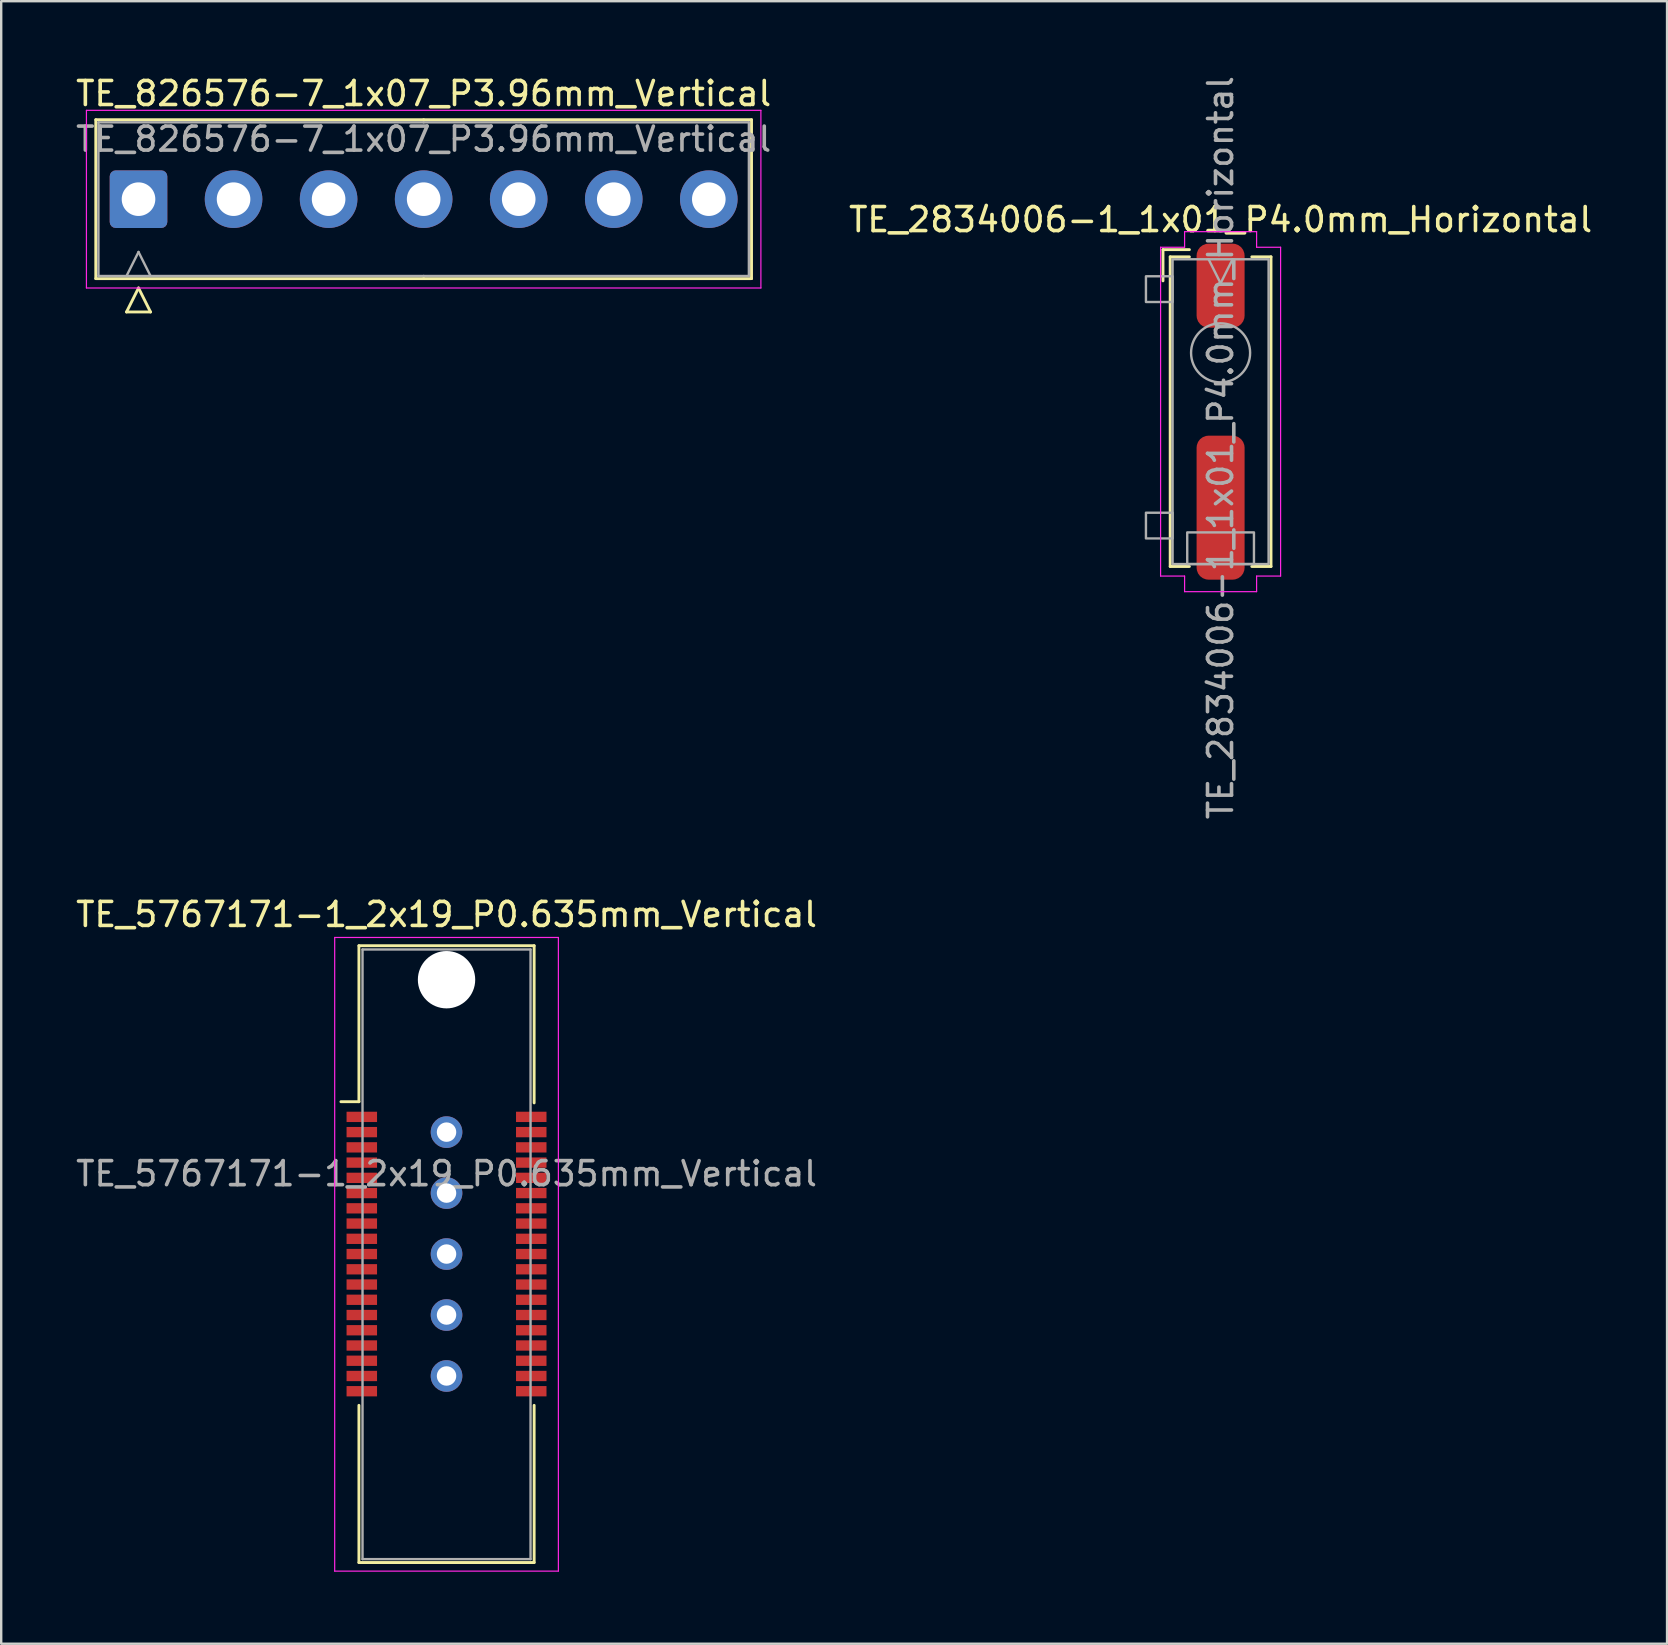
<source format=kicad_pcb>
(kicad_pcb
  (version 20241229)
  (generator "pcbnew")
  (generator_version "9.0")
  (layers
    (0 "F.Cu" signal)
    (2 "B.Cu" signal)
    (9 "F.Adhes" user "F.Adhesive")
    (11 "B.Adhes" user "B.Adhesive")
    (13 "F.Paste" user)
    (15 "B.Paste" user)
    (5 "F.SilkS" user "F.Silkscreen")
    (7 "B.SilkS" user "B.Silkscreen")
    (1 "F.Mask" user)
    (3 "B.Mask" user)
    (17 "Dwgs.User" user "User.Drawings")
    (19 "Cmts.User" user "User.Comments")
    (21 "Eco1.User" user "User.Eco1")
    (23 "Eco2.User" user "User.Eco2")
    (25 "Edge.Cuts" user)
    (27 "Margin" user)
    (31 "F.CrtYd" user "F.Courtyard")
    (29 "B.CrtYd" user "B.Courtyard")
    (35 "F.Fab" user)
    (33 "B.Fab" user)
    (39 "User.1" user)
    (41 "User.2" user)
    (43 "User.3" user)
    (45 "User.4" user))
  (footprint "TE_2834006-1_1x01_P4.0mm_Horizontal"
    (layer "F.Cu")
    (at 47.804 14.101)
    (property "Reference" "TE_2834006-1_1x01_P4.0mm_Horizontal" (at 0 -8 0) (unlocked yes) (layer "F.SilkS") (effects (font (size 1 1) (thickness 0.15))))
    (attr smd)
    (fp_line (start -2.4 -6.75) (end -2.4 -5.45) (stroke (width 0.12) (type solid)) (layer "F.SilkS"))
    (fp_line (start -2.1 -6.45) (end -1.3 -6.45) (stroke (width 0.12) (type solid)) (layer "F.SilkS"))
    (fp_line (start -2.1 6.45) (end -2.1 -6.45) (stroke (width 0.12) (type solid)) (layer "F.SilkS"))
    (fp_line (start -2.1 6.45) (end -1.3 6.45) (stroke (width 0.12) (type solid)) (layer "F.SilkS"))
    (fp_line (start -1.3 -6.75) (end -2.4 -6.75) (stroke (width 0.12) (type solid)) (layer "F.SilkS"))
    (fp_line (start 2.1 -6.45) (end 1.3 -6.45) (stroke (width 0.12) (type solid)) (layer "F.SilkS"))
    (fp_line (start 2.1 -6.45) (end 2.1 6.45) (stroke (width 0.12) (type solid)) (layer "F.SilkS"))
    (fp_line (start 2.1 6.45) (end 1.3 6.45) (stroke (width 0.12) (type solid)) (layer "F.SilkS"))
    (fp_line (start -2.5 -6.85) (end -2.5 6.85) (stroke (width 0.05) (type solid)) (layer "F.CrtYd"))
    (fp_line (start -2.5 -6.85) (end -1.5 -6.85) (stroke (width 0.05) (type solid)) (layer "F.CrtYd"))
    (fp_line (start -1.5 -7.5) (end 1.5 -7.5) (stroke (width 0.05) (type solid)) (layer "F.CrtYd"))
    (fp_line (start -1.5 -6.85) (end -1.5 -7.5) (stroke (width 0.05) (type solid)) (layer "F.CrtYd"))
    (fp_line (start -1.5 6.85) (end -2.5 6.85) (stroke (width 0.05) (type solid)) (layer "F.CrtYd"))
    (fp_line (start -1.5 7.5) (end -1.5 6.85) (stroke (width 0.05) (type solid)) (layer "F.CrtYd"))
    (fp_line (start 1.5 -7.5) (end 1.5 -6.85) (stroke (width 0.05) (type solid)) (layer "F.CrtYd"))
    (fp_line (start 1.5 -6.85) (end 2.5 -6.85) (stroke (width 0.05) (type solid)) (layer "F.CrtYd"))
    (fp_line (start 1.5 6.85) (end 1.5 7.5) (stroke (width 0.05) (type solid)) (layer "F.CrtYd"))
    (fp_line (start 1.5 7.5) (end -1.5 7.5) (stroke (width 0.05) (type solid)) (layer "F.CrtYd"))
    (fp_line (start 2.5 -6.85) (end 2.5 6.85) (stroke (width 0.05) (type solid)) (layer "F.CrtYd"))
    (fp_line (start 2.5 6.85) (end 1.5 6.85) (stroke (width 0.05) (type solid)) (layer "F.CrtYd"))
    (fp_line (start 0 -5.35) (end -0.5 -6.35) (stroke (width 0.1) (type solid)) (layer "F.Fab"))
    (fp_line (start 0.5 -6.35) (end 0 -5.35) (stroke (width 0.1) (type solid)) (layer "F.Fab"))
    (fp_rect (start -3.11 -5.64) (end -2 -4.569) (stroke (width 0.1) (type solid)) (fill no) (layer "F.Fab"))
    (fp_rect (start -3.11 4.21) (end -2 5.282) (stroke (width 0.1) (type solid)) (fill no) (layer "F.Fab"))
    (fp_rect (start -2 -6.35) (end 2 6.35) (stroke (width 0.1) (type solid)) (fill no) (layer "F.Fab"))
    (fp_rect (start -1.39 5.03) (end 1.39 6.35) (stroke (width 0.1) (type solid)) (fill no) (layer "F.Fab"))
    (fp_circle (center 0 -2.45) (end 1.23 -2.45) (stroke (width 0.1) (type solid)) (fill no) (layer "F.Fab"))
    (fp_text user "${REFERENCE}" (at 0 1.5 90) (unlocked yes) (layer "F.Fab") (effects (font (size 1 1) (thickness 0.15))))
    (pad "1" smd roundrect (at 0 -5.25) (size 2 3.5) (layers "F.Cu" "F.Mask" "F.Paste") (roundrect_rratio 0.25))
    (pad "1" smd roundrect (at 0 4) (size 2 6) (layers "F.Cu" "F.Mask" "F.Paste") (roundrect_rratio 0.25)))
  (footprint "TE_826576-7_1x07_P3.96mm_Vertical"
    (layer "F.Cu")
    (at 2.721 5.248)
    (property "Reference" "TE_826576-7_1x07_P3.96mm_Vertical" (at 11.88 -4.4 0) (layer "F.SilkS") (effects (font (size 1 1) (thickness 0.15))))
    (attr through_hole)
    (fp_line (start -1.78 -3.31) (end -1.78 3.31) (stroke (width 0.12) (type solid)) (layer "F.SilkS"))
    (fp_line (start -1.78 3.31) (end 11.88 3.31) (stroke (width 0.12) (type solid)) (layer "F.SilkS"))
    (fp_line (start -0.5 4.7) (end 0 3.7) (stroke (width 0.12) (type solid)) (layer "F.SilkS"))
    (fp_line (start 0 3.7) (end 0.5 4.7) (stroke (width 0.12) (type solid)) (layer "F.SilkS"))
    (fp_line (start 0.5 4.7) (end -0.5 4.7) (stroke (width 0.12) (type solid)) (layer "F.SilkS"))
    (fp_line (start 11.88 -3.31) (end -1.78 -3.31) (stroke (width 0.12) (type solid)) (layer "F.SilkS"))
    (fp_line (start 11.88 -3.31) (end 25.54 -3.31) (stroke (width 0.12) (type solid)) (layer "F.SilkS"))
    (fp_line (start 25.54 -3.31) (end 25.54 3.31) (stroke (width 0.12) (type solid)) (layer "F.SilkS"))
    (fp_line (start 25.54 3.31) (end 11.88 3.31) (stroke (width 0.12) (type solid)) (layer "F.SilkS"))
    (fp_line (start -2.17 -3.7) (end -2.17 3.7) (stroke (width 0.05) (type solid)) (layer "F.CrtYd"))
    (fp_line (start -2.17 3.7) (end 25.93 3.7) (stroke (width 0.05) (type solid)) (layer "F.CrtYd"))
    (fp_line (start 25.93 -3.7) (end -2.17 -3.7) (stroke (width 0.05) (type solid)) (layer "F.CrtYd"))
    (fp_line (start 25.93 3.7) (end 25.93 -3.7) (stroke (width 0.05) (type solid)) (layer "F.CrtYd"))
    (fp_line (start -1.67 -3.2) (end -1.67 3.2) (stroke (width 0.1) (type solid)) (layer "F.Fab"))
    (fp_line (start -1.67 3.2) (end 11.88 3.2) (stroke (width 0.1) (type solid)) (layer "F.Fab"))
    (fp_line (start -0.5 3.2) (end 0 2.2) (stroke (width 0.1) (type solid)) (layer "F.Fab"))
    (fp_line (start 0 2.2) (end 0.5 3.2) (stroke (width 0.1) (type solid)) (layer "F.Fab"))
    (fp_line (start 11.88 -3.2) (end -1.67 -3.2) (stroke (width 0.1) (type solid)) (layer "F.Fab"))
    (fp_line (start 11.88 -3.2) (end 25.43 -3.2) (stroke (width 0.1) (type solid)) (layer "F.Fab"))
    (fp_line (start 25.43 -3.2) (end 25.43 3.2) (stroke (width 0.1) (type solid)) (layer "F.Fab"))
    (fp_line (start 25.43 3.2) (end 11.88 3.2) (stroke (width 0.1) (type solid)) (layer "F.Fab"))
    (fp_text user "${REFERENCE}" (at 11.88 -2.5 0) (layer "F.Fab") (effects (font (size 1 1) (thickness 0.15))))
    (pad "1" thru_hole roundrect (at 0 0) (size 2.4 2.4) (drill 1.4) (layers "*.Cu" "*.Mask") (roundrect_rratio 0.104))
    (pad "2" thru_hole circle (at 3.96 0) (size 2.4 2.4) (drill 1.4) (layers "*.Cu" "*.Mask"))
    (pad "3" thru_hole circle (at 7.92 0) (size 2.4 2.4) (drill 1.4) (layers "*.Cu" "*.Mask"))
    (pad "4" thru_hole circle (at 11.88 0) (size 2.4 2.4) (drill 1.4) (layers "*.Cu" "*.Mask"))
    (pad "5" thru_hole circle (at 15.84 0) (size 2.4 2.4) (drill 1.4) (layers "*.Cu" "*.Mask"))
    (pad "6" thru_hole circle (at 19.8 0) (size 2.4 2.4) (drill 1.4) (layers "*.Cu" "*.Mask"))
    (pad "7" thru_hole circle (at 23.76 0) (size 2.4 2.4) (drill 1.4) (layers "*.Cu" "*.Mask")))
  (footprint "TE_5767171-1_2x19_P0.635mm_Vertical"
    (layer "F.Cu")
    (at 15.554 49.208)
    (property "Reference" "TE_5767171-1_2x19_P0.635mm_Vertical" (at 0 -14.158 0) (layer "F.SilkS") (effects (font (size 1 1) (thickness 0.15))))
    (attr smd)
    (fp_line (start -3.65 -12.857) (end 3.65 -12.857) (stroke (width 0.12) (type solid)) (layer "F.SilkS"))
    (fp_line (start -3.65 -6.357) (end -4.4 -6.357) (stroke (width 0.12) (type solid)) (layer "F.SilkS"))
    (fp_line (start -3.65 -6.357) (end -3.65 -12.857) (stroke (width 0.12) (type solid)) (layer "F.SilkS"))
    (fp_line (start -3.65 12.842) (end -3.65 6.293) (stroke (width 0.12) (type solid)) (layer "F.SilkS"))
    (fp_line (start 3.65 -12.857) (end 3.65 -6.308) (stroke (width 0.12) (type solid)) (layer "F.SilkS"))
    (fp_line (start 3.65 6.293) (end 3.65 12.842) (stroke (width 0.12) (type solid)) (layer "F.SilkS"))
    (fp_line (start 3.65 12.842) (end -3.65 12.842) (stroke (width 0.12) (type solid)) (layer "F.SilkS"))
    (fp_line (start -4.66 -13.2) (end 4.66 -13.2) (stroke (width 0.05) (type solid)) (layer "F.CrtYd"))
    (fp_line (start -4.66 13.2) (end -4.66 -13.2) (stroke (width 0.05) (type solid)) (layer "F.CrtYd"))
    (fp_line (start 4.66 -13.2) (end 4.66 13.2) (stroke (width 0.05) (type solid)) (layer "F.CrtYd"))
    (fp_line (start 4.66 13.2) (end -4.66 13.2) (stroke (width 0.05) (type solid)) (layer "F.CrtYd"))
    (fp_line (start -3.5 -12.7) (end 3.5 -12.7) (stroke (width 0.1) (type solid)) (layer "F.Fab"))
    (fp_line (start -3.5 12.7) (end -3.5 -12.7) (stroke (width 0.1) (type solid)) (layer "F.Fab"))
    (fp_line (start -3.5 12.7) (end 3.5 12.7) (stroke (width 0.1) (type solid)) (layer "F.Fab"))
    (fp_line (start 3.5 -12.7) (end 3.5 12.7) (stroke (width 0.1) (type solid)) (layer "F.Fab"))
    (fp_text user "${REFERENCE}" (at 0 -3.357 0) (layer "F.Fab") (effects (font (size 1 1) (thickness 0.15))))
    (pad "" np_thru_hole circle (at 0 -11.44 90) (size 2.39 2.39) (drill 2.39) (layers "*.Cu" "*.Mask"))
    (pad "1" smd rect (at -3.53 -5.725 180) (size 1.27 0.43) (layers "F.Cu" "F.Mask" "F.Paste"))
    (pad "2" smd rect (at 3.53 -5.725 180) (size 1.27 0.43) (layers "F.Cu" "F.Mask" "F.Paste"))
    (pad "3" smd rect (at -3.53 -5.09 180) (size 1.27 0.43) (layers "F.Cu" "F.Mask" "F.Paste"))
    (pad "4" smd rect (at 3.53 -5.09 180) (size 1.27 0.43) (layers "F.Cu" "F.Mask" "F.Paste"))
    (pad "5" smd rect (at -3.53 -4.455 180) (size 1.27 0.43) (layers "F.Cu" "F.Mask" "F.Paste"))
    (pad "6" smd rect (at 3.53 -4.455 180) (size 1.27 0.43) (layers "F.Cu" "F.Mask" "F.Paste"))
    (pad "7" smd rect (at -3.53 -3.82 180) (size 1.27 0.43) (layers "F.Cu" "F.Mask" "F.Paste"))
    (pad "8" smd rect (at 3.53 -3.82 180) (size 1.27 0.43) (layers "F.Cu" "F.Mask" "F.Paste"))
    (pad "9" smd rect (at -3.53 -3.185 180) (size 1.27 0.43) (layers "F.Cu" "F.Mask" "F.Paste"))
    (pad "10" smd rect (at 3.53 -3.185 180) (size 1.27 0.43) (layers "F.Cu" "F.Mask" "F.Paste"))
    (pad "11" smd rect (at -3.53 -2.55 180) (size 1.27 0.43) (layers "F.Cu" "F.Mask" "F.Paste"))
    (pad "12" smd rect (at 3.53 -2.55 180) (size 1.27 0.43) (layers "F.Cu" "F.Mask" "F.Paste"))
    (pad "13" smd rect (at -3.53 -1.915 180) (size 1.27 0.43) (layers "F.Cu" "F.Mask" "F.Paste"))
    (pad "14" smd rect (at 3.53 -1.915 180) (size 1.27 0.43) (layers "F.Cu" "F.Mask" "F.Paste"))
    (pad "15" smd rect (at -3.53 -1.28 180) (size 1.27 0.43) (layers "F.Cu" "F.Mask" "F.Paste"))
    (pad "16" smd rect (at 3.53 -1.28 180) (size 1.27 0.43) (layers "F.Cu" "F.Mask" "F.Paste"))
    (pad "17" smd rect (at -3.53 -0.645 180) (size 1.27 0.43) (layers "F.Cu" "F.Mask" "F.Paste"))
    (pad "18" smd rect (at 3.53 -0.645 180) (size 1.27 0.43) (layers "F.Cu" "F.Mask" "F.Paste"))
    (pad "19" smd rect (at -3.53 -0.01 180) (size 1.27 0.43) (layers "F.Cu" "F.Mask" "F.Paste"))
    (pad "20" smd rect (at 3.53 -0.01 180) (size 1.27 0.43) (layers "F.Cu" "F.Mask" "F.Paste"))
    (pad "21" smd rect (at -3.53 0.625 180) (size 1.27 0.43) (layers "F.Cu" "F.Mask" "F.Paste"))
    (pad "22" smd rect (at 3.53 0.625 180) (size 1.27 0.43) (layers "F.Cu" "F.Mask" "F.Paste"))
    (pad "23" smd rect (at -3.53 1.26 180) (size 1.27 0.43) (layers "F.Cu" "F.Mask" "F.Paste"))
    (pad "24" smd rect (at 3.53 1.26 180) (size 1.27 0.43) (layers "F.Cu" "F.Mask" "F.Paste"))
    (pad "25" smd rect (at -3.53 1.895 180) (size 1.27 0.43) (layers "F.Cu" "F.Mask" "F.Paste"))
    (pad "26" smd rect (at 3.53 1.895 180) (size 1.27 0.43) (layers "F.Cu" "F.Mask" "F.Paste"))
    (pad "27" smd rect (at -3.53 2.53 180) (size 1.27 0.43) (layers "F.Cu" "F.Mask" "F.Paste"))
    (pad "28" smd rect (at 3.53 2.53 180) (size 1.27 0.43) (layers "F.Cu" "F.Mask" "F.Paste"))
    (pad "29" smd rect (at -3.53 3.165 180) (size 1.27 0.43) (layers "F.Cu" "F.Mask" "F.Paste"))
    (pad "30" smd rect (at 3.53 3.165 180) (size 1.27 0.43) (layers "F.Cu" "F.Mask" "F.Paste"))
    (pad "31" smd rect (at -3.53 3.8 180) (size 1.27 0.43) (layers "F.Cu" "F.Mask" "F.Paste"))
    (pad "32" smd rect (at 3.53 3.8 180) (size 1.27 0.43) (layers "F.Cu" "F.Mask" "F.Paste"))
    (pad "33" smd rect (at -3.53 4.435 180) (size 1.27 0.43) (layers "F.Cu" "F.Mask" "F.Paste"))
    (pad "34" smd rect (at 3.53 4.435 180) (size 1.27 0.43) (layers "F.Cu" "F.Mask" "F.Paste"))
    (pad "35" smd rect (at -3.53 5.07 180) (size 1.27 0.43) (layers "F.Cu" "F.Mask" "F.Paste"))
    (pad "36" smd rect (at 3.53 5.07 180) (size 1.27 0.43) (layers "F.Cu" "F.Mask" "F.Paste"))
    (pad "37" smd rect (at -3.53 5.705 180) (size 1.27 0.43) (layers "F.Cu" "F.Mask" "F.Paste"))
    (pad "38" smd rect (at 3.53 5.705 180) (size 1.27 0.43) (layers "F.Cu" "F.Mask" "F.Paste"))
    (pad "SH" thru_hole circle (at 0 -5.09 90) (size 1.318 1.318) (drill 0.81) (layers "*.Cu" "*.Mask"))
    (pad "SH" thru_hole circle (at 0 -2.55 90) (size 1.318 1.318) (drill 0.81) (layers "*.Cu" "*.Mask"))
    (pad "SH" thru_hole circle (at 0 -0.01 90) (size 1.318 1.318) (drill 0.81) (layers "*.Cu" "*.Mask"))
    (pad "SH" thru_hole circle (at 0 2.53 90) (size 1.318 1.318) (drill 0.81) (layers "*.Cu" "*.Mask"))
    (pad "SH" thru_hole circle (at 0 5.07 90) (size 1.318 1.318) (drill 0.81) (layers "*.Cu" "*.Mask")))
  (gr_rect
    (start -3 -3)
    (end 66.405 65.433)
    (stroke (width 0.1) (type default))
    (fill no)
    (layer "Edge.Cuts")))
</source>
